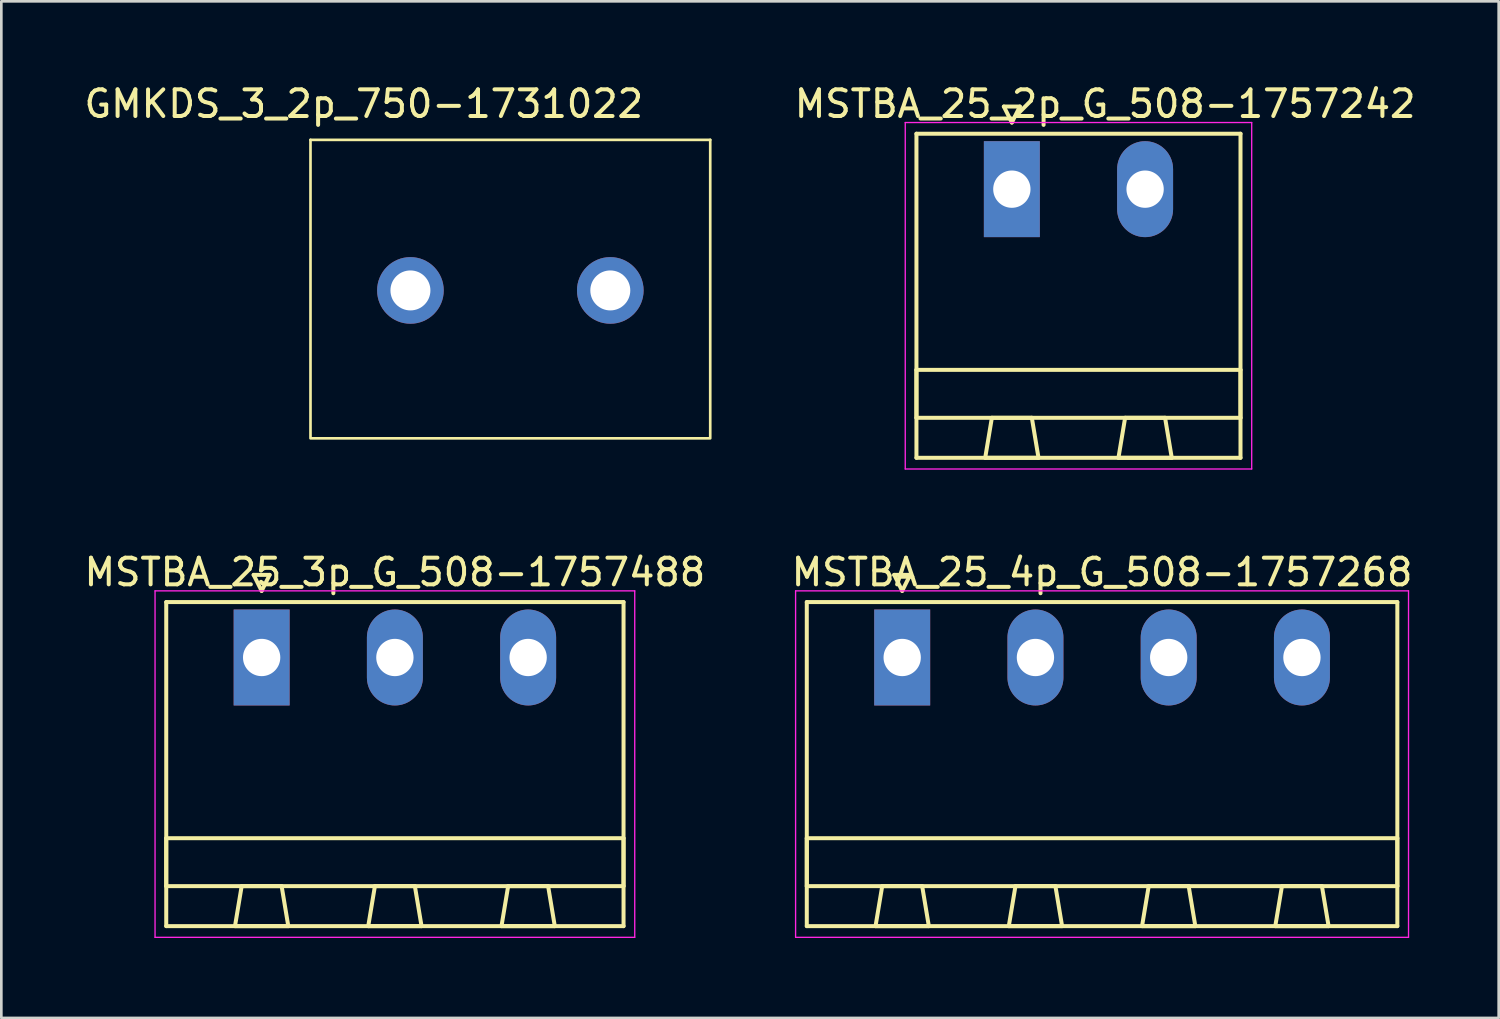
<source format=kicad_pcb>
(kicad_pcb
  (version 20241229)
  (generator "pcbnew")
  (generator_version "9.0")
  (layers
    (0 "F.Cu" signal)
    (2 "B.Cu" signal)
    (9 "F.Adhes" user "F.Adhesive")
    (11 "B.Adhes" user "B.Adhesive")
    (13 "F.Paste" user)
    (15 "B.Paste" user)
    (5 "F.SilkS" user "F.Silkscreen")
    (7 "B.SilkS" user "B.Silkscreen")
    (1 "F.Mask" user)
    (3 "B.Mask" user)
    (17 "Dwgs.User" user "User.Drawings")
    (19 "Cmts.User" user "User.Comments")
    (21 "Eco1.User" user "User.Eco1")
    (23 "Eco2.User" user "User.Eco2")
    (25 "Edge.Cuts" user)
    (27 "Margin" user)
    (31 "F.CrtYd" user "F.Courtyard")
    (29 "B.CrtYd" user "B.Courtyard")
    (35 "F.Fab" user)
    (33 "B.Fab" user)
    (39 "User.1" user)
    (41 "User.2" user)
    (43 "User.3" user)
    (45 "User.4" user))
  (footprint "GMKDS_3_2p_750-1731022"
    (layer "F.Cu")
    (at 12.351 7.848)
    (property "Reference" "GMKDS_3_2p_750-1731022" (at -1.75 -7 0) (layer "F.SilkS") (effects (font (size 1 1) (thickness 0.15))))
    (attr through_hole)
    (fp_line (start -3.75 -5.65) (end -3.75 5.5) (stroke (width 0.1) (type solid)) (layer "F.SilkS"))
    (fp_line (start -3.75 -5.65) (end 11.25 -5.65) (stroke (width 0.1) (type solid)) (layer "F.SilkS"))
    (fp_line (start -3.75 5.55) (end 11.25 5.55) (stroke (width 0.1) (type solid)) (layer "F.SilkS"))
    (fp_line (start 11.25 -5.65) (end 11.25 5.5) (stroke (width 0.1) (type solid)) (layer "F.SilkS"))
    (pad "1" thru_hole circle (at 0 0) (size 2.5 2.5) (drill 1.5) (layers "*.Cu" "*.Mask"))
    (pad "2" thru_hole circle (at 7.5 0) (size 2.5 2.5) (drill 1.5) (layers "*.Cu" "*.Mask")))
  (footprint "MSTBA_25_3p_G_508-1757488"
    (layer "F.Cu")
    (at 6.768 21.622)
    (property "Reference" "MSTBA_25_3p_G_508-1757488" (at 5 -3.2 0) (layer "F.SilkS") (effects (font (size 1 1) (thickness 0.15))))
    (attr through_hole)
    (fp_line (start -3.58 -2.08) (end -3.58 10.08) (stroke (width 0.15) (type solid)) (layer "F.SilkS"))
    (fp_line (start -3.58 6.78) (end 13.58 6.78) (stroke (width 0.15) (type solid)) (layer "F.SilkS"))
    (fp_line (start -3.58 8.58) (end -3.58 6.78) (stroke (width 0.15) (type solid)) (layer "F.SilkS"))
    (fp_line (start -3.58 10.08) (end 13.58 10.08) (stroke (width 0.15) (type solid)) (layer "F.SilkS"))
    (fp_line (start -1 10.08) (end 1 10.08) (stroke (width 0.15) (type solid)) (layer "F.SilkS"))
    (fp_line (start -0.75 8.58) (end -1 10.08) (stroke (width 0.15) (type solid)) (layer "F.SilkS"))
    (fp_line (start -0.3 -3.1) (end 0 -2.5) (stroke (width 0.15) (type solid)) (layer "F.SilkS"))
    (fp_line (start 0 -2.5) (end 0.3 -3.1) (stroke (width 0.15) (type solid)) (layer "F.SilkS"))
    (fp_line (start 0.3 -3.1) (end -0.3 -3.1) (stroke (width 0.15) (type solid)) (layer "F.SilkS"))
    (fp_line (start 0.75 8.58) (end -0.75 8.58) (stroke (width 0.15) (type solid)) (layer "F.SilkS"))
    (fp_line (start 1 10.08) (end 0.75 8.58) (stroke (width 0.15) (type solid)) (layer "F.SilkS"))
    (fp_line (start 4 10.08) (end 6 10.08) (stroke (width 0.15) (type solid)) (layer "F.SilkS"))
    (fp_line (start 4.25 8.58) (end 4 10.08) (stroke (width 0.15) (type solid)) (layer "F.SilkS"))
    (fp_line (start 5.75 8.58) (end 4.25 8.58) (stroke (width 0.15) (type solid)) (layer "F.SilkS"))
    (fp_line (start 6 10.08) (end 5.75 8.58) (stroke (width 0.15) (type solid)) (layer "F.SilkS"))
    (fp_line (start 9 10.08) (end 11 10.08) (stroke (width 0.15) (type solid)) (layer "F.SilkS"))
    (fp_line (start 9.25 8.58) (end 9 10.08) (stroke (width 0.15) (type solid)) (layer "F.SilkS"))
    (fp_line (start 10.75 8.58) (end 9.25 8.58) (stroke (width 0.15) (type solid)) (layer "F.SilkS"))
    (fp_line (start 11 10.08) (end 10.75 8.58) (stroke (width 0.15) (type solid)) (layer "F.SilkS"))
    (fp_line (start 13.58 -2.08) (end -3.58 -2.08) (stroke (width 0.15) (type solid)) (layer "F.SilkS"))
    (fp_line (start 13.58 6.78) (end 13.58 8.58) (stroke (width 0.15) (type solid)) (layer "F.SilkS"))
    (fp_line (start 13.58 8.58) (end -3.58 8.58) (stroke (width 0.15) (type solid)) (layer "F.SilkS"))
    (fp_line (start 13.58 10.08) (end 13.58 -2.08) (stroke (width 0.15) (type solid)) (layer "F.SilkS"))
    (fp_line (start -4 -2.5) (end -4 10.5) (stroke (width 0.05) (type solid)) (layer "F.CrtYd"))
    (fp_line (start -4 10.5) (end 14 10.5) (stroke (width 0.05) (type solid)) (layer "F.CrtYd"))
    (fp_line (start 14 -2.5) (end -4 -2.5) (stroke (width 0.05) (type solid)) (layer "F.CrtYd"))
    (fp_line (start 14 10.5) (end 14 -2.5) (stroke (width 0.05) (type solid)) (layer "F.CrtYd"))
    (pad "1" thru_hole rect (at 0 0) (size 2.1 3.6) (drill 1.4) (layers "*.Cu" "*.Mask"))
    (pad "2" thru_hole oval (at 5 0) (size 2.1 3.6) (drill 1.4) (layers "*.Cu" "*.Mask"))
    (pad "3" thru_hole oval (at 10 0) (size 2.1 3.6) (drill 1.4) (layers "*.Cu" "*.Mask")))
  (footprint "MSTBA_25_4p_G_508-1757268"
    (layer "F.Cu")
    (at 30.804 21.622)
    (property "Reference" "MSTBA_25_4p_G_508-1757268" (at 7.5 -3.2 0) (layer "F.SilkS") (effects (font (size 1 1) (thickness 0.15))))
    (attr through_hole)
    (fp_line (start -3.58 -2.08) (end -3.58 10.08) (stroke (width 0.15) (type solid)) (layer "F.SilkS"))
    (fp_line (start -3.58 6.78) (end 18.58 6.78) (stroke (width 0.15) (type solid)) (layer "F.SilkS"))
    (fp_line (start -3.58 8.58) (end -3.58 6.78) (stroke (width 0.15) (type solid)) (layer "F.SilkS"))
    (fp_line (start -3.58 10.08) (end 18.58 10.08) (stroke (width 0.15) (type solid)) (layer "F.SilkS"))
    (fp_line (start -1 10.08) (end 1 10.08) (stroke (width 0.15) (type solid)) (layer "F.SilkS"))
    (fp_line (start -0.75 8.58) (end -1 10.08) (stroke (width 0.15) (type solid)) (layer "F.SilkS"))
    (fp_line (start -0.3 -3.1) (end 0 -2.5) (stroke (width 0.15) (type solid)) (layer "F.SilkS"))
    (fp_line (start 0 -2.5) (end 0.3 -3.1) (stroke (width 0.15) (type solid)) (layer "F.SilkS"))
    (fp_line (start 0.3 -3.1) (end -0.3 -3.1) (stroke (width 0.15) (type solid)) (layer "F.SilkS"))
    (fp_line (start 0.75 8.58) (end -0.75 8.58) (stroke (width 0.15) (type solid)) (layer "F.SilkS"))
    (fp_line (start 1 10.08) (end 0.75 8.58) (stroke (width 0.15) (type solid)) (layer "F.SilkS"))
    (fp_line (start 4 10.08) (end 6 10.08) (stroke (width 0.15) (type solid)) (layer "F.SilkS"))
    (fp_line (start 4.25 8.58) (end 4 10.08) (stroke (width 0.15) (type solid)) (layer "F.SilkS"))
    (fp_line (start 5.75 8.58) (end 4.25 8.58) (stroke (width 0.15) (type solid)) (layer "F.SilkS"))
    (fp_line (start 6 10.08) (end 5.75 8.58) (stroke (width 0.15) (type solid)) (layer "F.SilkS"))
    (fp_line (start 9 10.08) (end 11 10.08) (stroke (width 0.15) (type solid)) (layer "F.SilkS"))
    (fp_line (start 9.25 8.58) (end 9 10.08) (stroke (width 0.15) (type solid)) (layer "F.SilkS"))
    (fp_line (start 10.75 8.58) (end 9.25 8.58) (stroke (width 0.15) (type solid)) (layer "F.SilkS"))
    (fp_line (start 11 10.08) (end 10.75 8.58) (stroke (width 0.15) (type solid)) (layer "F.SilkS"))
    (fp_line (start 14 10.08) (end 16 10.08) (stroke (width 0.15) (type solid)) (layer "F.SilkS"))
    (fp_line (start 14.25 8.58) (end 14 10.08) (stroke (width 0.15) (type solid)) (layer "F.SilkS"))
    (fp_line (start 15.75 8.58) (end 14.25 8.58) (stroke (width 0.15) (type solid)) (layer "F.SilkS"))
    (fp_line (start 16 10.08) (end 15.75 8.58) (stroke (width 0.15) (type solid)) (layer "F.SilkS"))
    (fp_line (start 18.58 -2.08) (end -3.58 -2.08) (stroke (width 0.15) (type solid)) (layer "F.SilkS"))
    (fp_line (start 18.58 6.78) (end 18.58 8.58) (stroke (width 0.15) (type solid)) (layer "F.SilkS"))
    (fp_line (start 18.58 8.58) (end -3.58 8.58) (stroke (width 0.15) (type solid)) (layer "F.SilkS"))
    (fp_line (start 18.58 10.08) (end 18.58 -2.08) (stroke (width 0.15) (type solid)) (layer "F.SilkS"))
    (fp_line (start -4 -2.5) (end -4 10.5) (stroke (width 0.05) (type solid)) (layer "F.CrtYd"))
    (fp_line (start -4 10.5) (end 19 10.5) (stroke (width 0.05) (type solid)) (layer "F.CrtYd"))
    (fp_line (start 19 -2.5) (end -4 -2.5) (stroke (width 0.05) (type solid)) (layer "F.CrtYd"))
    (fp_line (start 19 10.5) (end 19 -2.5) (stroke (width 0.05) (type solid)) (layer "F.CrtYd"))
    (pad "1" thru_hole rect (at 0 0) (size 2.1 3.6) (drill 1.4) (layers "*.Cu" "*.Mask"))
    (pad "2" thru_hole oval (at 5 0) (size 2.1 3.6) (drill 1.4) (layers "*.Cu" "*.Mask"))
    (pad "3" thru_hole oval (at 10 0) (size 2.1 3.6) (drill 1.4) (layers "*.Cu" "*.Mask"))
    (pad "4" thru_hole oval (at 15 0) (size 2.1 3.6) (drill 1.4) (layers "*.Cu" "*.Mask")))
  (footprint "MSTBA_25_2p_G_508-1757242"
    (layer "F.Cu")
    (at 34.919 4.048)
    (property "Reference" "MSTBA_25_2p_G_508-1757242" (at 3.5 -3.2 0) (layer "F.SilkS") (effects (font (size 1 1) (thickness 0.15))))
    (attr through_hole)
    (fp_line (start -3.58 -2.08) (end -3.58 10.08) (stroke (width 0.15) (type solid)) (layer "F.SilkS"))
    (fp_line (start -3.58 6.78) (end 8.58 6.78) (stroke (width 0.15) (type solid)) (layer "F.SilkS"))
    (fp_line (start -3.58 8.58) (end -3.58 6.78) (stroke (width 0.15) (type solid)) (layer "F.SilkS"))
    (fp_line (start -3.58 10.08) (end 8.58 10.08) (stroke (width 0.15) (type solid)) (layer "F.SilkS"))
    (fp_line (start -1 10.08) (end 1 10.08) (stroke (width 0.15) (type solid)) (layer "F.SilkS"))
    (fp_line (start -0.75 8.58) (end -1 10.08) (stroke (width 0.15) (type solid)) (layer "F.SilkS"))
    (fp_line (start -0.3 -3.1) (end 0 -2.5) (stroke (width 0.15) (type solid)) (layer "F.SilkS"))
    (fp_line (start 0 -2.5) (end 0.3 -3.1) (stroke (width 0.15) (type solid)) (layer "F.SilkS"))
    (fp_line (start 0.3 -3.1) (end -0.3 -3.1) (stroke (width 0.15) (type solid)) (layer "F.SilkS"))
    (fp_line (start 0.75 8.58) (end -0.75 8.58) (stroke (width 0.15) (type solid)) (layer "F.SilkS"))
    (fp_line (start 1 10.08) (end 0.75 8.58) (stroke (width 0.15) (type solid)) (layer "F.SilkS"))
    (fp_line (start 4 10.08) (end 6 10.08) (stroke (width 0.15) (type solid)) (layer "F.SilkS"))
    (fp_line (start 4.25 8.58) (end 4 10.08) (stroke (width 0.15) (type solid)) (layer "F.SilkS"))
    (fp_line (start 5.75 8.58) (end 4.25 8.58) (stroke (width 0.15) (type solid)) (layer "F.SilkS"))
    (fp_line (start 6 10.08) (end 5.75 8.58) (stroke (width 0.15) (type solid)) (layer "F.SilkS"))
    (fp_line (start 8.58 -2.08) (end -3.58 -2.08) (stroke (width 0.15) (type solid)) (layer "F.SilkS"))
    (fp_line (start 8.58 6.78) (end 8.58 8.58) (stroke (width 0.15) (type solid)) (layer "F.SilkS"))
    (fp_line (start 8.58 8.58) (end -3.58 8.58) (stroke (width 0.15) (type solid)) (layer "F.SilkS"))
    (fp_line (start 8.58 10.08) (end 8.58 -2.08) (stroke (width 0.15) (type solid)) (layer "F.SilkS"))
    (fp_line (start -4 -2.5) (end -4 10.5) (stroke (width 0.05) (type solid)) (layer "F.CrtYd"))
    (fp_line (start -4 10.5) (end 9 10.5) (stroke (width 0.05) (type solid)) (layer "F.CrtYd"))
    (fp_line (start 9 -2.5) (end -4 -2.5) (stroke (width 0.05) (type solid)) (layer "F.CrtYd"))
    (fp_line (start 9 10.5) (end 9 -2.5) (stroke (width 0.05) (type solid)) (layer "F.CrtYd"))
    (pad "1" thru_hole rect (at 0 0) (size 2.1 3.6) (drill 1.4) (layers "*.Cu" "*.Mask"))
    (pad "2" thru_hole oval (at 5 0) (size 2.1 3.6) (drill 1.4) (layers "*.Cu" "*.Mask")))
  (gr_rect
    (start -3 -3)
    (end 53.187 35.147)
    (stroke (width 0.1) (type default))
    (fill no)
    (layer "Edge.Cuts")))
</source>
